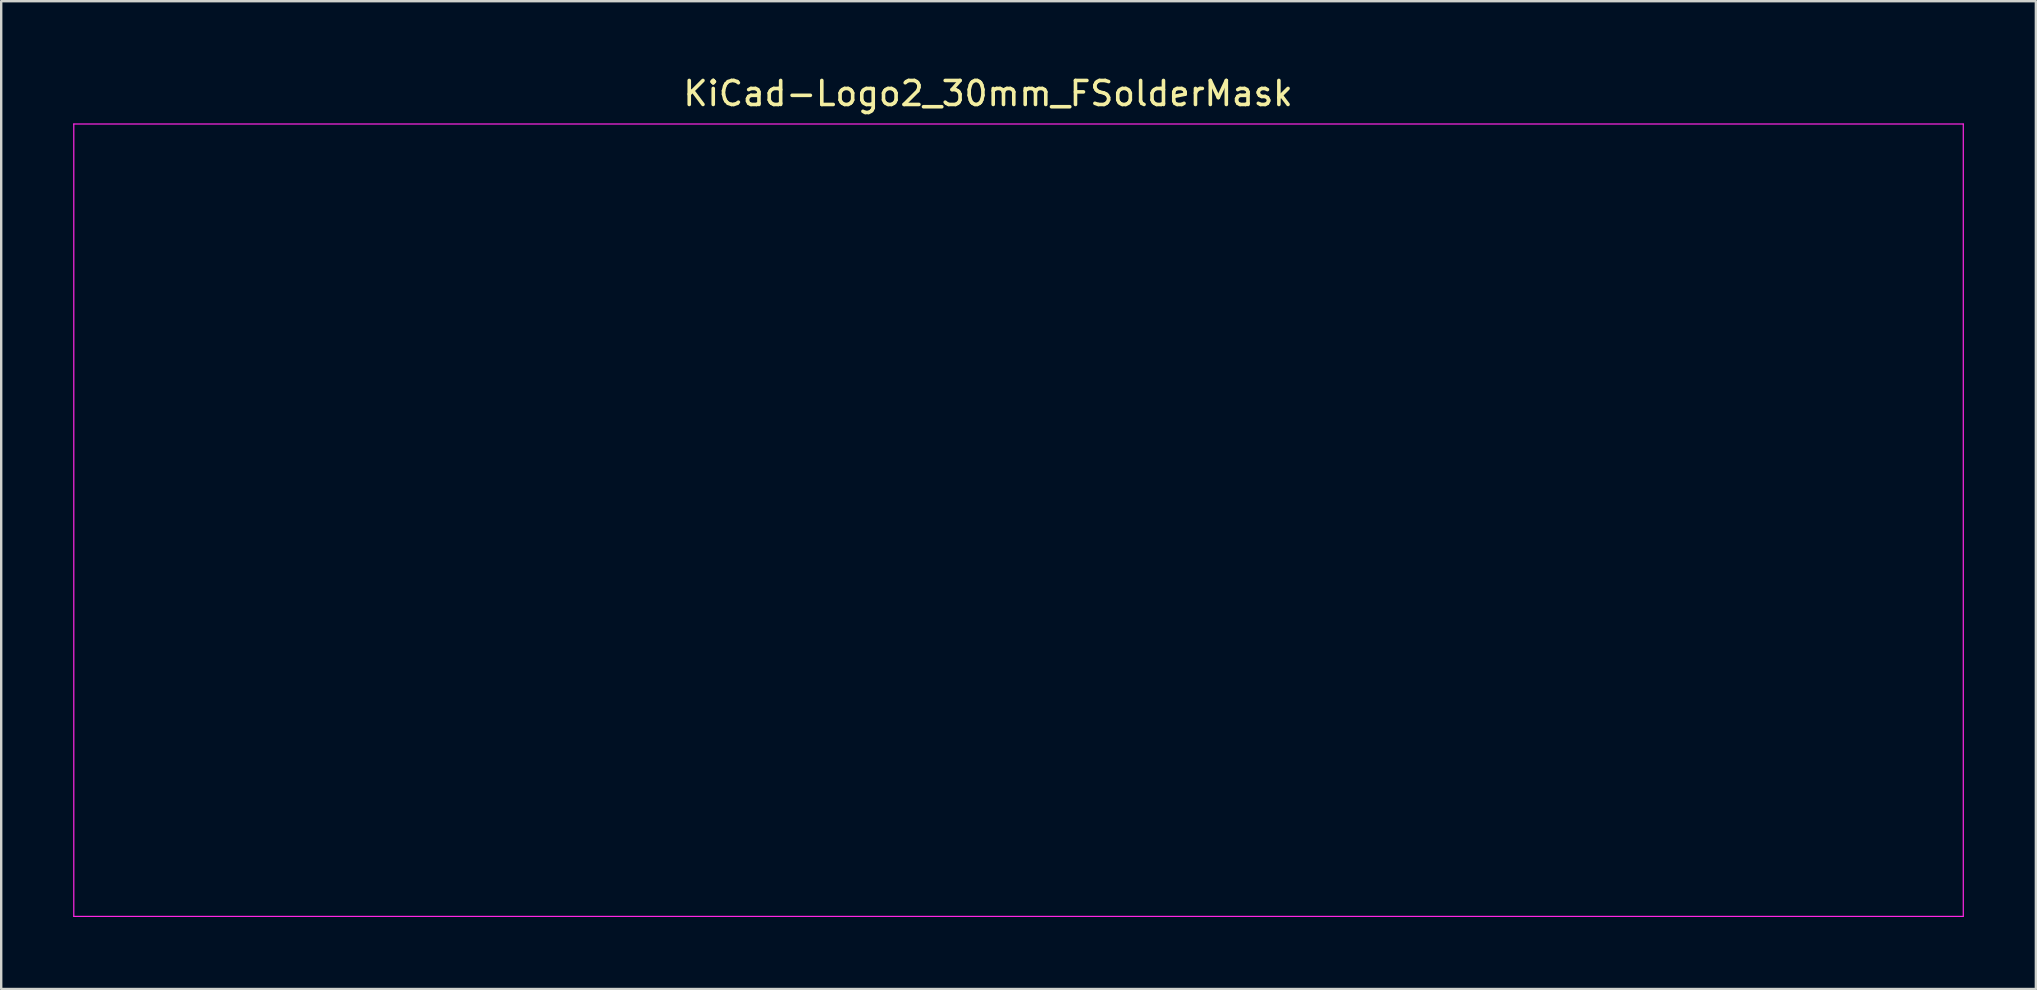
<source format=kicad_pcb>
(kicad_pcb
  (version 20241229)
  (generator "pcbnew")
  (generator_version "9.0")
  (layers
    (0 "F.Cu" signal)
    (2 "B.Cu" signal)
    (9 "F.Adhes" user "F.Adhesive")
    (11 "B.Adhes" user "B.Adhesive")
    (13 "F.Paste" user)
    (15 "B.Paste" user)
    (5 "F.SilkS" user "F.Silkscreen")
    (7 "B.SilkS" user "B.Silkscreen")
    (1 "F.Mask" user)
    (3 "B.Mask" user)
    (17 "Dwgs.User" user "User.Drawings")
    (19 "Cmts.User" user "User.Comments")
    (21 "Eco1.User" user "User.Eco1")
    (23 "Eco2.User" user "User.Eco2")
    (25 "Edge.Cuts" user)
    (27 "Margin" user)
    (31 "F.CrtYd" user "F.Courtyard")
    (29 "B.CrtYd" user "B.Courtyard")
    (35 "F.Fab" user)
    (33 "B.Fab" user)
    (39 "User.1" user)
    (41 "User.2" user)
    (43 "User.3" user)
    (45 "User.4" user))
  (footprint "KiCad-Logo2_30mm_FSolderMask"
    (layer "F.Cu")
    (at 39.395 18.628)
    (property "Reference" "KiCad-Logo2_30mm_FSolderMask" (at -1.27 -17.78 0) (layer "F.SilkS") (effects (font (size 1 1) (thickness 0.15))))
    (attr exclude_from_pos_files exclude_from_bom)
    (fp_poly (pts (xy -13.557 -14.738) (xy -13.044 -14.56) (xy -12.567 -14.28) (xy -12.141 -13.898) (xy -11.781 -13.415) (xy -11.619 -13.11) (xy -11.48 -12.683) (xy -11.412 -12.191) (xy -11.419 -11.684) (xy -11.503 -11.226) (xy -11.73 -10.665) (xy -12.061 -10.179) (xy -12.477 -9.777) (xy -12.961 -9.468) (xy -13.499 -9.262) (xy -14.071 -9.168) (xy -14.662 -9.197) (xy -14.953 -9.259) (xy -15.521 -9.48) (xy -16.025 -9.817) (xy -16.454 -10.26) (xy -16.795 -10.798) (xy -16.823 -10.856) (xy -16.923 -11.077) (xy -16.986 -11.263) (xy -17.02 -11.459) (xy -17.033 -11.71) (xy -17.036 -11.983) (xy -17.032 -12.311) (xy -17.015 -12.549) (xy -16.976 -12.741) (xy -16.906 -12.933) (xy -16.82 -13.122) (xy -16.498 -13.66) (xy -16.103 -14.095) (xy -15.648 -14.428) (xy -15.151 -14.659) (xy -14.626 -14.787) (xy -14.09 -14.814) (xy -13.557 -14.738)) (stroke (width 0.01) (type solid)) (fill yes) (layer "F.Mask"))
    (fp_poly (pts (xy 2.188 -9.148) (xy 2.924 -9.067) (xy 3.638 -8.923) (xy 4.357 -8.708) (xy 5.111 -8.414) (xy 5.93 -8.033) (xy 6.078 -7.959) (xy 6.416 -7.793) (xy 6.735 -7.643) (xy 7.003 -7.524) (xy 7.189 -7.45) (xy 7.218 -7.44) (xy 7.492 -7.358) (xy 6.265 -5.574) (xy 5.966 -5.138) (xy 5.691 -4.739) (xy 5.452 -4.392) (xy 5.257 -4.11) (xy 5.116 -3.905) (xy 5.038 -3.793) (xy 5.026 -3.775) (xy 4.974 -3.812) (xy 4.847 -3.924) (xy 4.668 -4.091) (xy 4.569 -4.185) (xy 4.007 -4.631) (xy 3.377 -4.97) (xy 2.834 -5.156) (xy 2.508 -5.215) (xy 2.099 -5.25) (xy 1.657 -5.262) (xy 1.228 -5.25) (xy 0.861 -5.213) (xy 0.715 -5.185) (xy 0.055 -4.958) (xy -0.539 -4.612) (xy -1.068 -4.146) (xy -1.53 -3.563) (xy -1.927 -2.861) (xy -2.256 -2.043) (xy -2.517 -1.108) (xy -2.673 -0.307) (xy -2.713 0.046) (xy -2.741 0.503) (xy -2.756 1.029) (xy -2.759 1.594) (xy -2.749 2.163) (xy -2.728 2.703) (xy -2.695 3.184) (xy -2.65 3.57) (xy -2.641 3.629) (xy -2.429 4.59) (xy -2.141 5.439) (xy -1.775 6.183) (xy -1.328 6.823) (xy -1.011 7.169) (xy -0.441 7.64) (xy 0.184 7.988) (xy 0.853 8.213) (xy 1.557 8.312) (xy 2.284 8.285) (xy 3.023 8.128) (xy 3.461 7.974) (xy 4.066 7.666) (xy 4.69 7.225) (xy 5.04 6.926) (xy 5.236 6.753) (xy 5.39 6.626) (xy 5.478 6.565) (xy 5.489 6.563) (xy 5.528 6.626) (xy 5.629 6.791) (xy 5.784 7.044) (xy 5.985 7.372) (xy 6.221 7.76) (xy 6.485 8.193) (xy 6.633 8.435) (xy 7.756 10.281) (xy 6.353 10.974) (xy 5.846 11.223) (xy 5.435 11.419) (xy 5.095 11.573) (xy 4.802 11.693) (xy 4.529 11.79) (xy 4.252 11.873) (xy 3.946 11.953) (xy 3.653 12.022) (xy 3.392 12.076) (xy 3.12 12.117) (xy 2.808 12.147) (xy 2.429 12.168) (xy 1.957 12.183) (xy 1.639 12.189) (xy 1.185 12.194) (xy 0.749 12.192) (xy 0.361 12.183) (xy 0.049 12.17) (xy -0.157 12.152) (xy -0.169 12.15) (xy -1.242 11.918) (xy -2.249 11.566) (xy -3.19 11.095) (xy -4.066 10.504) (xy -4.875 9.794) (xy -5.617 8.965) (xy -6.154 8.228) (xy -6.726 7.263) (xy -7.189 6.245) (xy -7.544 5.164) (xy -7.794 4.013) (xy -7.941 2.783) (xy -7.987 1.534) (xy -7.949 0.327) (xy -7.83 -0.788) (xy -7.625 -1.828) (xy -7.33 -2.812) (xy -6.943 -3.759) (xy -6.897 -3.857) (xy -6.387 -4.774) (xy -5.761 -5.647) (xy -5.037 -6.457) (xy -4.232 -7.187) (xy -3.364 -7.818) (xy -2.555 -8.281) (xy -1.738 -8.643) (xy -0.919 -8.906) (xy -0.066 -9.076) (xy 0.851 -9.16) (xy 1.4 -9.173) (xy 2.188 -9.148)) (stroke (width 0.01) (type solid)) (fill yes) (layer "F.Mask"))
    (fp_poly (pts (xy 34.027 -10.161) (xy 34.608 -10.159) (xy 34.806 -10.157) (xy 37.52 -10.14) (xy 37.554 0.273) (xy 37.558 1.685) (xy 37.562 2.967) (xy 37.566 4.126) (xy 37.57 5.168) (xy 37.574 6.1) (xy 37.578 6.929) (xy 37.584 7.661) (xy 37.59 8.303) (xy 37.598 8.861) (xy 37.607 9.342) (xy 37.618 9.753) (xy 37.631 10.101) (xy 37.646 10.392) (xy 37.664 10.632) (xy 37.685 10.828) (xy 37.709 10.988) (xy 37.736 11.117) (xy 37.766 11.222) (xy 37.801 11.31) (xy 37.84 11.388) (xy 37.883 11.462) (xy 37.931 11.538) (xy 37.983 11.624) (xy 37.994 11.642) (xy 38.175 11.951) (xy 35.56 11.933) (xy 32.945 11.915) (xy 32.911 11.34) (xy 32.892 11.065) (xy 32.873 10.905) (xy 32.847 10.842) (xy 32.807 10.855) (xy 32.774 10.891) (xy 32.63 11.024) (xy 32.396 11.195) (xy 32.105 11.383) (xy 31.788 11.568) (xy 31.481 11.73) (xy 31.244 11.836) (xy 30.691 12.011) (xy 30.056 12.136) (xy 29.386 12.204) (xy 28.728 12.211) (xy 28.129 12.154) (xy 28.12 12.152) (xy 27.301 11.947) (xy 26.534 11.619) (xy 25.827 11.177) (xy 25.187 10.627) (xy 24.622 9.976) (xy 24.139 9.231) (xy 23.745 8.4) (xy 23.53 7.784) (xy 23.388 7.269) (xy 23.284 6.77) (xy 23.212 6.257) (xy 23.171 5.699) (xy 23.156 5.068) (xy 23.162 4.552) (xy 28.201 4.552) (xy 28.225 5.417) (xy 28.3 6.161) (xy 28.429 6.791) (xy 28.614 7.314) (xy 28.857 7.735) (xy 29.161 8.062) (xy 29.511 8.293) (xy 29.694 8.38) (xy 29.852 8.432) (xy 30.029 8.455) (xy 30.266 8.457) (xy 30.521 8.448) (xy 31.023 8.404) (xy 31.42 8.317) (xy 31.545 8.274) (xy 31.83 8.145) (xy 32.131 7.984) (xy 32.262 7.903) (xy 32.603 7.68) (xy 32.603 0.582) (xy 32.228 0.357) (xy 31.704 0.102) (xy 31.169 -0.048) (xy 30.642 -0.096) (xy 30.143 -0.041) (xy 29.691 0.115) (xy 29.307 0.372) (xy 29.182 0.495) (xy 28.883 0.898) (xy 28.641 1.386) (xy 28.454 1.968) (xy 28.319 2.651) (xy 28.236 3.444) (xy 28.202 4.355) (xy 28.201 4.552) (xy 23.162 4.552) (xy 23.165 4.337) (xy 23.223 3.213) (xy 23.338 2.199) (xy 23.515 1.281) (xy 23.757 0.443) (xy 24.065 -0.329) (xy 24.175 -0.558) (xy 24.619 -1.304) (xy 25.155 -1.967) (xy 25.771 -2.537) (xy 26.454 -3.002) (xy 27.191 -3.352) (xy 27.634 -3.496) (xy 28.068 -3.581) (xy 28.591 -3.632) (xy 29.158 -3.649) (xy 29.725 -3.63) (xy 30.25 -3.577) (xy 30.671 -3.494) (xy 31.172 -3.331) (xy 31.658 -3.122) (xy 32.083 -2.887) (xy 32.309 -2.727) (xy 32.465 -2.609) (xy 32.575 -2.537) (xy 32.599 -2.526) (xy 32.607 -2.592) (xy 32.614 -2.782) (xy 32.621 -3.081) (xy 32.627 -3.476) (xy 32.631 -3.955) (xy 32.635 -4.504) (xy 32.637 -5.108) (xy 32.638 -5.725) (xy 32.637 -6.514) (xy 32.635 -7.179) (xy 32.631 -7.733) (xy 32.622 -8.189) (xy 32.609 -8.559) (xy 32.589 -8.857) (xy 32.562 -9.094) (xy 32.526 -9.283) (xy 32.481 -9.438) (xy 32.426 -9.571) (xy 32.358 -9.695) (xy 32.277 -9.822) (xy 32.267 -9.837) (xy 32.163 -10.002) (xy 32.1 -10.115) (xy 32.091 -10.139) (xy 32.157 -10.146) (xy 32.345 -10.152) (xy 32.641 -10.157) (xy 33.029 -10.16) (xy 33.496 -10.161) (xy 34.027 -10.161)) (stroke (width 0.01) (type solid)) (fill yes) (layer "F.Mask"))
    (fp_poly (pts (xy 15.752 -3.659) (xy 16.091 -3.633) (xy 17.059 -3.505) (xy 17.916 -3.299) (xy 18.666 -3.014) (xy 19.315 -2.647) (xy 19.865 -2.195) (xy 20.321 -1.655) (xy 20.687 -1.024) (xy 20.954 -0.341) (xy 21.022 -0.124) (xy 21.081 0.08) (xy 21.132 0.281) (xy 21.176 0.49) (xy 21.213 0.719) (xy 21.244 0.977) (xy 21.27 1.277) (xy 21.291 1.628) (xy 21.308 2.042) (xy 21.322 2.531) (xy 21.334 3.104) (xy 21.343 3.774) (xy 21.352 4.55) (xy 21.36 5.444) (xy 21.366 6.145) (xy 21.406 10.959) (xy 21.662 11.422) (xy 21.783 11.645) (xy 21.873 11.819) (xy 21.916 11.911) (xy 21.918 11.917) (xy 21.852 11.924) (xy 21.665 11.931) (xy 21.37 11.937) (xy 20.985 11.942) (xy 20.522 11.945) (xy 19.997 11.948) (xy 19.425 11.949) (xy 19.357 11.949) (xy 16.797 11.949) (xy 16.797 11.369) (xy 16.792 11.106) (xy 16.781 10.906) (xy 16.764 10.798) (xy 16.757 10.788) (xy 16.689 10.83) (xy 16.549 10.939) (xy 16.368 11.093) (xy 16.364 11.097) (xy 16.033 11.343) (xy 15.615 11.59) (xy 15.158 11.814) (xy 14.708 11.991) (xy 14.509 12.051) (xy 14.115 12.128) (xy 13.631 12.177) (xy 13.102 12.197) (xy 12.572 12.188) (xy 12.085 12.15) (xy 11.744 12.095) (xy 10.909 11.849) (xy 10.157 11.5) (xy 9.493 11.05) (xy 8.922 10.505) (xy 8.449 9.868) (xy 8.079 9.145) (xy 7.92 8.706) (xy 7.82 8.279) (xy 7.753 7.767) (xy 7.723 7.216) (xy 7.724 7.136) (xy 12.342 7.136) (xy 12.38 7.545) (xy 12.507 7.885) (xy 12.743 8.201) (xy 12.834 8.293) (xy 13.155 8.543) (xy 13.527 8.703) (xy 13.973 8.781) (xy 14.442 8.786) (xy 14.887 8.749) (xy 15.228 8.675) (xy 15.376 8.62) (xy 15.642 8.469) (xy 15.925 8.256) (xy 16.183 8.018) (xy 16.375 7.789) (xy 16.426 7.705) (xy 16.466 7.588) (xy 16.494 7.401) (xy 16.513 7.126) (xy 16.522 6.747) (xy 16.524 6.385) (xy 16.522 5.964) (xy 16.517 5.659) (xy 16.506 5.452) (xy 16.487 5.321) (xy 16.458 5.247) (xy 16.417 5.21) (xy 16.404 5.204) (xy 16.294 5.186) (xy 16.077 5.171) (xy 15.781 5.161) (xy 15.438 5.157) (xy 15.363 5.157) (xy 14.903 5.164) (xy 14.549 5.186) (xy 14.266 5.225) (xy 14.034 5.283) (xy 13.456 5.501) (xy 13.002 5.77) (xy 12.67 6.093) (xy 12.455 6.475) (xy 12.352 6.92) (xy 12.342 7.136) (xy 7.724 7.136) (xy 7.729 6.675) (xy 7.776 6.189) (xy 7.812 5.993) (xy 8.042 5.265) (xy 8.392 4.595) (xy 8.855 3.99) (xy 9.424 3.456) (xy 10.094 2.999) (xy 10.857 2.626) (xy 11.505 2.399) (xy 11.939 2.28) (xy 12.353 2.188) (xy 12.776 2.119) (xy 13.233 2.071) (xy 13.752 2.04) (xy 14.36 2.023) (xy 14.91 2.019) (xy 16.539 2.014) (xy 16.508 1.524) (xy 16.419 0.993) (xy 16.231 0.536) (xy 15.95 0.166) (xy 15.586 -0.108) (xy 15.265 -0.241) (xy 14.806 -0.325) (xy 14.258 -0.337) (xy 13.65 -0.282) (xy 13.004 -0.163) (xy 12.348 0.014) (xy 11.708 0.245) (xy 11.242 0.457) (xy 11.018 0.566) (xy 10.847 0.641) (xy 10.76 0.671) (xy 10.756 0.67) (xy 10.726 0.604) (xy 10.651 0.428) (xy 10.538 0.16) (xy 10.394 -0.185) (xy 10.227 -0.588) (xy 10.057 -0.999) (xy 9.377 -2.647) (xy 9.861 -2.726) (xy 10.07 -2.766) (xy 10.385 -2.833) (xy 10.779 -2.921) (xy 11.224 -3.024) (xy 11.694 -3.135) (xy 11.881 -3.181) (xy 12.69 -3.368) (xy 13.398 -3.509) (xy 14.032 -3.606) (xy 14.618 -3.661) (xy 15.183 -3.678) (xy 15.752 -3.659)) (stroke (width 0.01) (type solid)) (fill yes) (layer "F.Mask"))
    (fp_poly (pts (xy -29.619 -12.564) (xy -28.303 -12.563) (xy -27.691 -12.563) (xy -17.889 -12.563) (xy -17.889 -11.986) (xy -17.828 -11.283) (xy -17.641 -10.634) (xy -17.329 -10.036) (xy -16.889 -9.486) (xy -16.74 -9.337) (xy -16.205 -8.915) (xy -15.614 -8.607) (xy -14.986 -8.414) (xy -14.338 -8.334) (xy -13.688 -8.368) (xy -13.053 -8.516) (xy -12.451 -8.777) (xy -11.899 -9.152) (xy -11.651 -9.377) (xy -11.189 -9.932) (xy -10.851 -10.541) (xy -10.638 -11.198) (xy -10.555 -11.897) (xy -10.554 -11.966) (xy -10.549 -12.563) (xy -10.287 -12.563) (xy -10.054 -12.532) (xy -9.841 -12.455) (xy -9.827 -12.447) (xy -9.779 -12.422) (xy -9.735 -12.403) (xy -9.694 -12.383) (xy -9.658 -12.358) (xy -9.624 -12.321) (xy -9.594 -12.267) (xy -9.567 -12.19) (xy -9.543 -12.085) (xy -9.522 -11.946) (xy -9.504 -11.767) (xy -9.488 -11.543) (xy -9.474 -11.267) (xy -9.463 -10.935) (xy -9.453 -10.541) (xy -9.446 -10.078) (xy -9.44 -9.542) (xy -9.435 -8.927) (xy -9.432 -8.226) (xy -9.431 -7.435) (xy -9.43 -6.548) (xy -9.43 -5.558) (xy -9.431 -4.461) (xy -9.432 -3.251) (xy -9.434 -1.922) (xy -9.436 -0.468) (xy -9.439 1.116) (xy -9.439 1.309) (xy -9.441 2.903) (xy -9.443 4.366) (xy -9.444 5.704) (xy -9.446 6.923) (xy -9.448 8.027) (xy -9.45 9.023) (xy -9.453 9.917) (xy -9.457 10.714) (xy -9.461 11.419) (xy -9.467 12.038) (xy -9.474 12.578) (xy -9.483 13.043) (xy -9.493 13.44) (xy -9.505 13.773) (xy -9.52 14.049) (xy -9.536 14.273) (xy -9.555 14.451) (xy -9.577 14.589) (xy -9.601 14.692) (xy -9.628 14.766) (xy -9.659 14.816) (xy -9.692 14.849) (xy -9.73 14.869) (xy -9.771 14.883) (xy -9.815 14.896) (xy -9.864 14.914) (xy -9.876 14.919) (xy -9.914 14.931) (xy -9.976 14.942) (xy -10.07 14.953) (xy -10.2 14.962) (xy -10.371 14.97) (xy -10.59 14.978) (xy -10.861 14.985) (xy -11.19 14.991) (xy -11.584 14.996) (xy -12.046 15.001) (xy -12.582 15.005) (xy -13.199 15.009) (xy -13.902 15.012) (xy -14.695 15.014) (xy -15.585 15.016) (xy -16.577 15.017) (xy -17.676 15.019) (xy -18.889 15.019) (xy -20.22 15.02) (xy -21.674 15.02) (xy -23.258 15.02) (xy -23.772 15.02) (xy -25.391 15.02) (xy -26.879 15.019) (xy -28.242 15.019) (xy -29.485 15.018) (xy -30.613 15.017) (xy -31.633 15.015) (xy -32.549 15.013) (xy -33.368 15.011) (xy -34.094 15.008) (xy -34.734 15.005) (xy -35.293 15.001) (xy -35.776 14.996) (xy -36.189 14.991) (xy -36.538 14.986) (xy -36.828 14.979) (xy -37.064 14.972) (xy -37.253 14.964) (xy -37.399 14.955) (xy -37.508 14.945) (xy -37.587 14.934) (xy -37.64 14.922) (xy -37.668 14.911) (xy -37.72 14.89) (xy -37.766 14.874) (xy -37.809 14.858) (xy -37.849 14.836) (xy -37.884 14.804) (xy -37.916 14.754) (xy -37.945 14.682) (xy -37.97 14.581) (xy -37.993 14.447) (xy -38.013 14.273) (xy -38.03 14.054) (xy -38.045 13.784) (xy -38.058 13.458) (xy -38.068 13.069) (xy -38.077 12.613) (xy -38.084 12.084) (xy -38.086 11.881) (xy -36.263 11.881) (xy -29.822 11.881) (xy -29.946 11.693) (xy -30.07 11.5) (xy -30.174 11.316) (xy -30.261 11.129) (xy -30.332 10.925) (xy -30.389 10.692) (xy -30.433 10.416) (xy -30.465 10.086) (xy -30.487 9.687) (xy -30.501 9.208) (xy -30.508 8.635) (xy -30.509 7.955) (xy -30.506 7.156) (xy -30.505 6.86) (xy -30.487 3.68) (xy -28.473 6.423) (xy -27.902 7.2) (xy -27.408 7.878) (xy -26.984 8.464) (xy -26.626 8.967) (xy -26.329 9.397) (xy -26.086 9.762) (xy -25.893 10.071) (xy -25.744 10.334) (xy -25.633 10.559) (xy -25.557 10.755) (xy -25.508 10.931) (xy -25.483 11.097) (xy -25.475 11.261) (xy -25.479 11.432) (xy -25.48 11.453) (xy -25.502 11.881) (xy -21.973 11.881) (xy -18.444 11.881) (xy -18.969 11.351) (xy -19.111 11.206) (xy -19.246 11.066) (xy -19.38 10.921) (xy -19.519 10.764) (xy -19.667 10.589) (xy -19.833 10.386) (xy -20.02 10.148) (xy -20.236 9.867) (xy -20.486 9.536) (xy -20.776 9.147) (xy -21.112 8.691) (xy -21.501 8.162) (xy -21.947 7.551) (xy -22.457 6.851) (xy -23.037 6.054) (xy -23.512 5.4) (xy -24.108 4.578) (xy -24.629 3.86) (xy -25.078 3.238) (xy -25.46 2.706) (xy -25.78 2.256) (xy -26.043 1.882) (xy -26.253 1.578) (xy -26.416 1.336) (xy -26.535 1.149) (xy -26.616 1.011) (xy -26.663 0.915) (xy -26.682 0.854) (xy -26.676 0.822) (xy -26.61 0.736) (xy -26.466 0.555) (xy -26.254 0.29) (xy -25.982 -0.05) (xy -25.66 -0.453) (xy -25.294 -0.908) (xy -24.895 -1.405) (xy -24.47 -1.933) (xy -24.029 -2.482) (xy -23.58 -3.039) (xy -23.334 -3.346) (xy -17.204 -3.346) (xy -16.949 -2.885) (xy -16.694 -2.424) (xy -16.694 10.959) (xy -16.949 11.42) (xy -17.204 11.881) (xy -14.19 11.881) (xy -13.471 11.88) (xy -12.877 11.879) (xy -12.396 11.877) (xy -12.018 11.873) (xy -11.731 11.868) (xy -11.524 11.859) (xy -11.385 11.847) (xy -11.304 11.832) (xy -11.267 11.812) (xy -11.265 11.788) (xy -11.286 11.76) (xy -11.286 11.759) (xy -11.373 11.635) (xy -11.487 11.432) (xy -11.587 11.23) (xy -11.778 10.822) (xy -11.798 3.738) (xy -11.817 -3.346) (xy -17.204 -3.346) (xy -23.334 -3.346) (xy -23.132 -3.595) (xy -22.694 -4.14) (xy -22.273 -4.661) (xy -21.88 -5.149) (xy -21.521 -5.592) (xy -21.207 -5.98) (xy -20.946 -6.302) (xy -20.746 -6.548) (xy -20.628 -6.691) (xy -20.172 -7.227) (xy -19.734 -7.71) (xy -19.328 -8.126) (xy -18.97 -8.457) (xy -18.715 -8.66) (xy -18.415 -8.876) (xy -25.325 -8.876) (xy -25.323 -8.471) (xy -25.342 -8.173) (xy -25.415 -7.896) (xy -25.527 -7.634) (xy -25.6 -7.486) (xy -25.679 -7.34) (xy -25.77 -7.185) (xy -25.881 -7.012) (xy -26.019 -6.811) (xy -26.191 -6.572) (xy -26.405 -6.286) (xy -26.667 -5.943) (xy -26.985 -5.533) (xy -27.366 -5.047) (xy -27.817 -4.475) (xy -28.345 -3.806) (xy -28.404 -3.731) (xy -30.487 -1.097) (xy -30.507 -4.014) (xy -30.511 -4.887) (xy -30.51 -5.627) (xy -30.504 -6.235) (xy -30.494 -6.714) (xy -30.478 -7.066) (xy -30.457 -7.294) (xy -30.45 -7.337) (xy -30.339 -7.792) (xy -30.194 -8.203) (xy -30.029 -8.533) (xy -29.929 -8.673) (xy -29.758 -8.876) (xy -33.011 -8.876) (xy -33.787 -8.876) (xy -34.436 -8.874) (xy -34.968 -8.87) (xy -35.391 -8.864) (xy -35.715 -8.856) (xy -35.95 -8.845) (xy -36.106 -8.831) (xy -36.191 -8.815) (xy -36.215 -8.795) (xy -36.213 -8.791) (xy -36.144 -8.687) (xy -36.029 -8.522) (xy -35.969 -8.438) (xy -35.908 -8.355) (xy -35.852 -8.281) (xy -35.803 -8.208) (xy -35.759 -8.129) (xy -35.72 -8.037) (xy -35.686 -7.924) (xy -35.657 -7.784) (xy -35.632 -7.608) (xy -35.61 -7.39) (xy -35.592 -7.122) (xy -35.577 -6.797) (xy -35.565 -6.408) (xy -35.555 -5.947) (xy -35.547 -5.406) (xy -35.541 -4.779) (xy -35.536 -4.058) (xy -35.533 -3.236) (xy -35.53 -2.306) (xy -35.527 -1.26) (xy -35.524 -0.091) (xy -35.521 0.983) (xy -35.519 2.181) (xy -35.517 3.323) (xy -35.517 4.404) (xy -35.518 5.414) (xy -35.52 6.348) (xy -35.524 7.198) (xy -35.528 7.956) (xy -35.533 8.615) (xy -35.539 9.169) (xy -35.546 9.609) (xy -35.554 9.928) (xy -35.563 10.12) (xy -35.564 10.14) (xy -35.625 10.604) (xy -35.719 10.977) (xy -35.863 11.302) (xy -36.071 11.624) (xy -36.097 11.659) (xy -36.263 11.881) (xy -38.086 11.881) (xy -38.089 11.475) (xy -38.094 10.782) (xy -38.097 9.999) (xy -38.099 9.119) (xy -38.1 8.138) (xy -38.1 7.05) (xy -38.101 5.848) (xy -38.1 4.529) (xy -38.1 3.085) (xy -38.1 1.511) (xy -38.1 1.198) (xy -38.1 -0.392) (xy -38.1 -1.852) (xy -38.099 -3.186) (xy -38.098 -4.4) (xy -38.097 -5.5) (xy -38.095 -6.492) (xy -38.094 -7.381) (xy -38.091 -8.172) (xy -38.088 -8.872) (xy -38.085 -9.486) (xy -38.08 -10.019) (xy -38.076 -10.477) (xy -38.07 -10.866) (xy -38.064 -11.191) (xy -38.057 -11.458) (xy -38.049 -11.673) (xy -38.041 -11.841) (xy -38.031 -11.967) (xy -38.021 -12.058) (xy -38.009 -12.119) (xy -37.997 -12.155) (xy -37.996 -12.156) (xy -37.971 -12.211) (xy -37.949 -12.262) (xy -37.926 -12.307) (xy -37.893 -12.347) (xy -37.845 -12.383) (xy -37.775 -12.415) (xy -37.677 -12.443) (xy -37.543 -12.467) (xy -37.368 -12.488) (xy -37.144 -12.505) (xy -36.866 -12.52) (xy -36.526 -12.532) (xy -36.118 -12.541) (xy -35.635 -12.549) (xy -35.072 -12.555) (xy -34.421 -12.559) (xy -33.675 -12.561) (xy -32.829 -12.563) (xy -31.875 -12.564) (xy -30.807 -12.564) (xy -29.619 -12.564)) (stroke (width 0.01) (type solid)) (fill yes) (layer "F.Mask"))
    (fp_line (start -39.37 -16.51) (end 39.37 -16.51) (stroke (width 0.05) (type solid)) (layer "F.CrtYd"))
    (fp_line (start -39.37 16.51) (end -39.37 -16.51) (stroke (width 0.05) (type solid)) (layer "F.CrtYd"))
    (fp_line (start 39.37 -16.51) (end 39.37 16.51) (stroke (width 0.05) (type solid)) (layer "F.CrtYd"))
    (fp_line (start 39.37 16.51) (end -39.37 16.51) (stroke (width 0.05) (type solid)) (layer "F.CrtYd")))
  (gr_rect
    (start -3 -3)
    (end 81.79 38.163)
    (stroke (width 0.1) (type default))
    (fill no)
    (layer "Edge.Cuts")))
</source>
